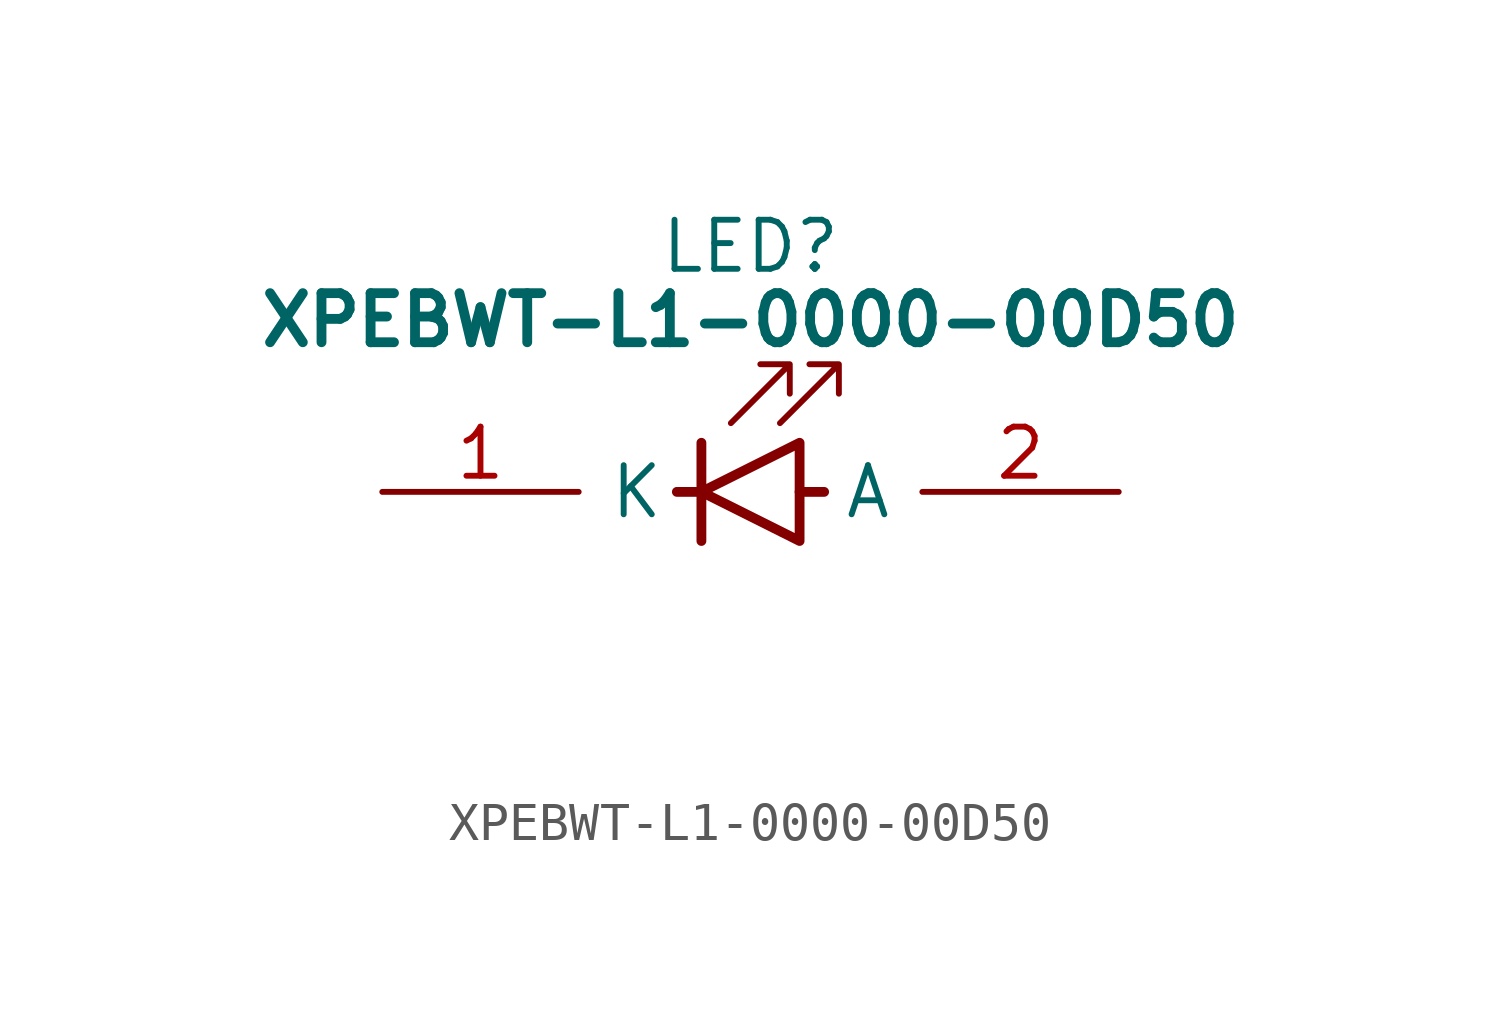
<source format=kicad_sym>
(kicad_symbol_lib
  (version 20220914)
  (generator kicad_symbol_editor)
  (symbol "XPEBWT-L1-0000-00D50"
    (pin_names
      (offset 0.762))
    (property "Reference" "LED"
      (at 9.525 6.35 0)
      (effects (font (size 1.27 1.27))))
    (property "Value" "XPEBWT-L1-0000-00D50"
      (at 9.525 4.445 0)
      (effects (font (size 1.27 1.27) bold)))
    (symbol "XPEBWT-L1-0000-00D50_0_0"
      (pin passive line (at 0 0 0) (length 5.08) (name "K" (effects (font (size 1.27 1.27)))) (number "1" (effects (font (size 1.27 1.27)))))
      (pin passive line (at 19.05 0 180) (length 5.08) (name "A" (effects (font (size 1.27 1.27)))) (number "2" (effects (font (size 1.27 1.27))))))
    (symbol "XPEBWT-L1-0000-00D50_0_1"
      (polyline (pts (xy 8.255 -1.27) (xy 8.255 1.27)) (stroke (width 0.254) (type default)) (fill (type none)))
      (polyline (pts (xy 8.255 0) (xy 7.62 0)) (stroke (width 0.254) (type default)) (fill (type none)))
      (polyline (pts (xy 11.43 0) (xy 10.795 0)) (stroke (width 0.254) (type default)) (fill (type none)))
      (polyline (pts (xy 10.795 -1.27) (xy 10.795 1.27) (xy 8.255 0) (xy 10.795 -1.27)) (stroke (width 0.254) (type default)) (fill (type none)))
      (polyline (pts (xy 9.017 1.778) (xy 10.541 3.302) (xy 9.779 3.302) (xy 10.541 3.302) (xy 10.541 2.54)) (stroke (width 0) (type default)) (fill (type none)))
      (polyline (pts (xy 10.287 1.778) (xy 11.811 3.302) (xy 11.049 3.302) (xy 11.811 3.302) (xy 11.811 2.54)) (stroke (width 0) (type default)) (fill (type none))))
    (symbol "XPEBWT-L1-0000-00D50_1_0"
      (pin no_connect line (at 8.89 -6.35 90) (length 1.27) hide (name "EP" (effects (font (size 1.27 1.27)))) (number "3" (effects (font (size 1.27 1.27))))))))
</source>
